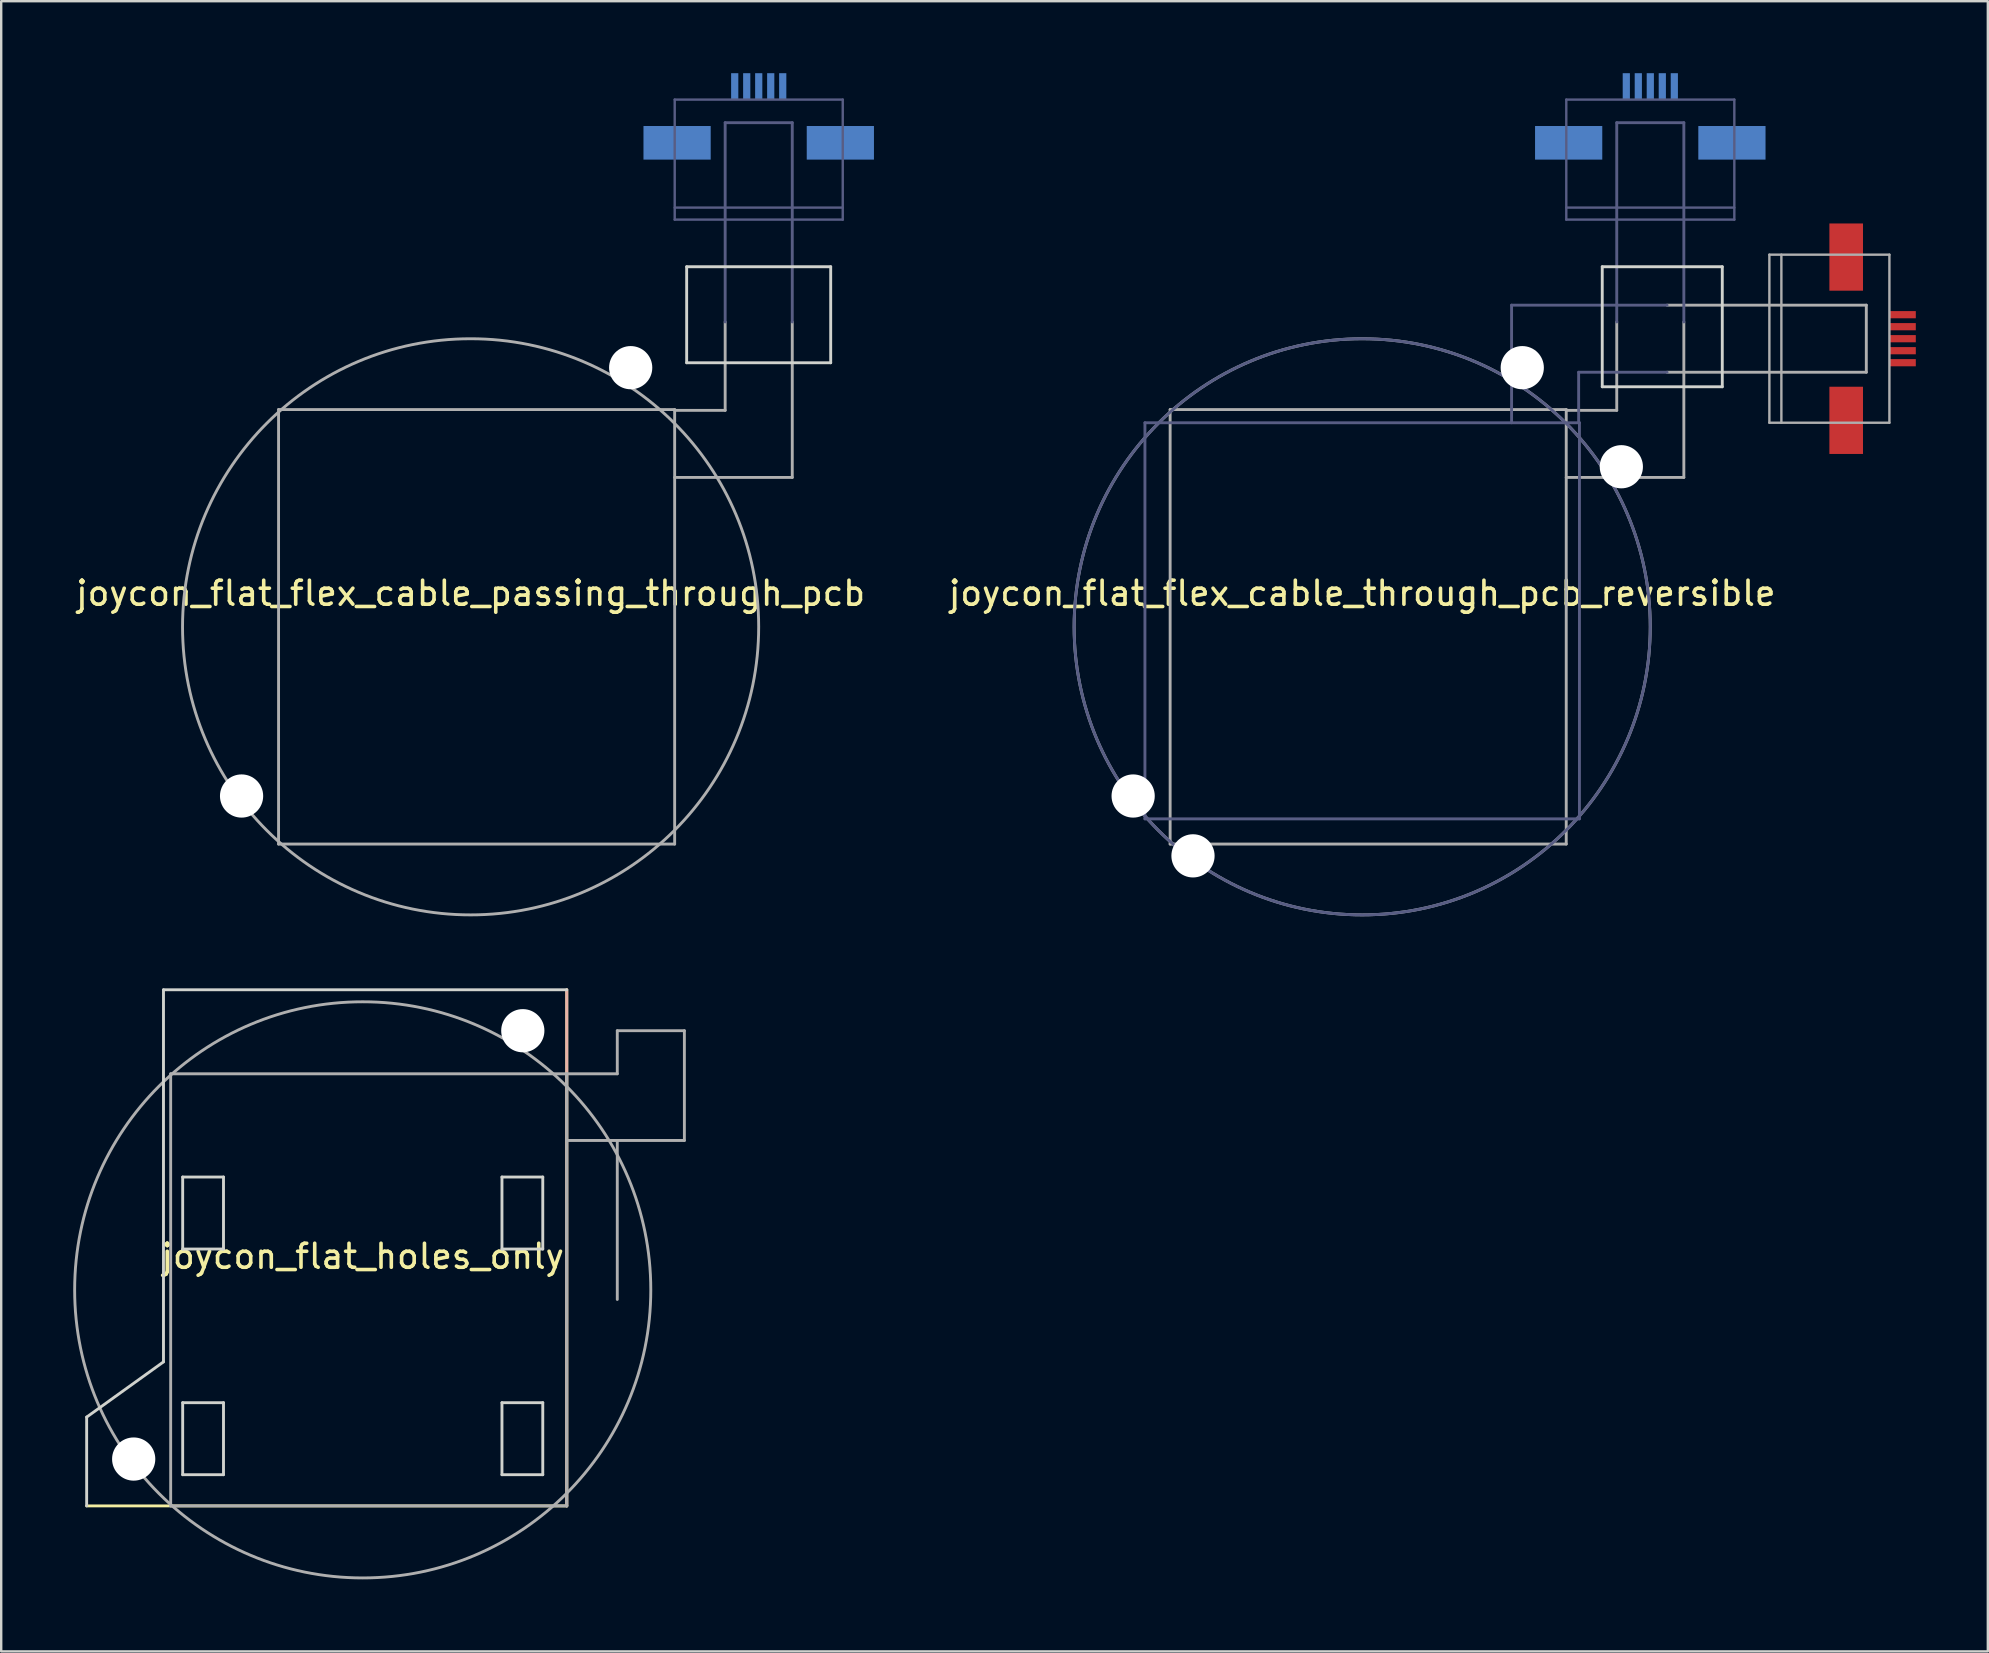
<source format=kicad_pcb>
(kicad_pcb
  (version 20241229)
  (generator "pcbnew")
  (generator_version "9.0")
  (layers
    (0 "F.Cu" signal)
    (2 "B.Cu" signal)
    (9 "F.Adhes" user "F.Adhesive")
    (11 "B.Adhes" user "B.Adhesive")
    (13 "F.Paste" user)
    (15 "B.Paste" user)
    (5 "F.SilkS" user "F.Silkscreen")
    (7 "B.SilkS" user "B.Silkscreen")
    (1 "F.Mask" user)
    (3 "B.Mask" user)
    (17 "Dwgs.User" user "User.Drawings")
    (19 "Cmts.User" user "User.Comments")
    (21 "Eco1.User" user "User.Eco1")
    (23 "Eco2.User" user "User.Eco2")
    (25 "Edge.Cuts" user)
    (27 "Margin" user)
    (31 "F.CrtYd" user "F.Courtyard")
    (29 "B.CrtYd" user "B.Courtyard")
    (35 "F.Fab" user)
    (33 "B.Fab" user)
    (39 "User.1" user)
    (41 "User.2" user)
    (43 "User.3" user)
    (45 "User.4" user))
  (footprint "joycon_flat_holes_only"
    (layer "F.Cu")
    (at 12.06 50.681)
    (property "Reference" "joycon_flat_holes_only" (at 0 -1.397 0) (layer "F.SilkS") (effects (font (size 1 1) (thickness 0.15))))
    (attr through_hole)
    (fp_line (start 8.5 -12.5) (end 8.5 9) (stroke (width 0.12) (type solid)) (layer "F.SilkS"))
    (fp_line (start 8.5 9) (end -11.5 9) (stroke (width 0.12) (type solid)) (layer "F.SilkS"))
    (fp_line (start 8.5 -12.5) (end 8.5 9) (stroke (width 0.12) (type solid)) (layer "B.SilkS"))
    (fp_line (start -11.5 5.3) (end -11.5 9) (stroke (width 0.12) (type solid)) (layer "Edge.Cuts"))
    (fp_line (start -8.3 -12.5) (end -8.3 3) (stroke (width 0.12) (type solid)) (layer "Edge.Cuts"))
    (fp_line (start -8.3 -12.5) (end 8.5 -12.5) (stroke (width 0.12) (type solid)) (layer "Edge.Cuts"))
    (fp_line (start -8.3 3) (end -11.5 5.3) (stroke (width 0.12) (type solid)) (layer "Edge.Cuts"))
    (fp_line (start -7.5 -4.7) (end -5.8 -4.7) (stroke (width 0.12) (type solid)) (layer "Edge.Cuts"))
    (fp_line (start -7.5 -1.7) (end -7.5 -4.7) (stroke (width 0.12) (type solid)) (layer "Edge.Cuts"))
    (fp_line (start -7.5 -1.7) (end -5.8 -1.7) (stroke (width 0.12) (type solid)) (layer "Edge.Cuts"))
    (fp_line (start -7.5 4.7) (end -7.5 7.7) (stroke (width 0.12) (type solid)) (layer "Edge.Cuts"))
    (fp_line (start -7.5 4.7) (end -5.8 4.7) (stroke (width 0.12) (type solid)) (layer "Edge.Cuts"))
    (fp_line (start -7.5 7.7) (end -5.8 7.7) (stroke (width 0.12) (type solid)) (layer "Edge.Cuts"))
    (fp_line (start -5.8 -4.7) (end -5.8 -1.7) (stroke (width 0.12) (type solid)) (layer "Edge.Cuts"))
    (fp_line (start -5.8 7.7) (end -5.8 4.7) (stroke (width 0.12) (type solid)) (layer "Edge.Cuts"))
    (fp_line (start 5.8 -4.7) (end 7.5 -4.7) (stroke (width 0.12) (type solid)) (layer "Edge.Cuts"))
    (fp_line (start 5.8 -1.7) (end 5.8 -4.7) (stroke (width 0.12) (type solid)) (layer "Edge.Cuts"))
    (fp_line (start 5.8 -1.7) (end 7.5 -1.7) (stroke (width 0.12) (type solid)) (layer "Edge.Cuts"))
    (fp_line (start 5.8 4.7) (end 7.5 4.7) (stroke (width 0.12) (type solid)) (layer "Edge.Cuts"))
    (fp_line (start 5.8 7.7) (end 5.8 4.7) (stroke (width 0.12) (type solid)) (layer "Edge.Cuts"))
    (fp_line (start 5.8 7.7) (end 7.5 7.7) (stroke (width 0.12) (type solid)) (layer "Edge.Cuts"))
    (fp_line (start 7.5 -4.7) (end 7.5 -1.7) (stroke (width 0.12) (type solid)) (layer "Edge.Cuts"))
    (fp_line (start 7.5 4.7) (end 7.5 7.7) (stroke (width 0.12) (type solid)) (layer "Edge.Cuts"))
    (fp_line (start -8 -9) (end -8 9) (stroke (width 0.12) (type solid)) (layer "F.Fab"))
    (fp_line (start -8 -9) (end 8.5 -9) (stroke (width 0.12) (type solid)) (layer "F.Fab"))
    (fp_line (start -8 9) (end 8.5 9) (stroke (width 0.12) (type solid)) (layer "F.Fab"))
    (fp_line (start 8.5 -9) (end 8.5 9) (stroke (width 0.12) (type solid)) (layer "F.Fab"))
    (fp_line (start 8.502 1.371) (end 8.502 -3.628) (stroke (width 0.1) (type solid)) (layer "F.Fab"))
    (fp_line (start 10.604 -9) (end 8.5 -9) (stroke (width 0.12) (type solid)) (layer "F.Fab"))
    (fp_line (start 10.604 -9) (end 10.604 -10.795) (stroke (width 0.12) (type solid)) (layer "F.Fab"))
    (fp_line (start 10.604 -6.223) (end 10.604 0.4) (stroke (width 0.12) (type solid)) (layer "F.Fab"))
    (fp_line (start 13.399 -10.795) (end 10.604 -10.795) (stroke (width 0.12) (type solid)) (layer "F.Fab"))
    (fp_line (start 13.399 -10.795) (end 13.399 -6.223) (stroke (width 0.12) (type solid)) (layer "F.Fab"))
    (fp_line (start 13.399 -6.223) (end 8.5 -6.223) (stroke (width 0.12) (type solid)) (layer "F.Fab"))
    (fp_circle (center 0 0) (end 12 0) (stroke (width 0.12) (type solid)) (fill no) (layer "F.Fab"))
    (pad "" np_thru_hole circle (at -9.541 7.048) (size 1.8 1.8) (drill 1.8) (layers "*.Cu" "*.Mask"))
    (pad "" np_thru_hole circle (at 6.668 -10.795) (size 1.8 1.8) (drill 1.8) (layers "*.Cu" "*.Mask")))
  (footprint "joycon_flat_flex_cable_passing_through_pcb"
    (layer "F.Cu")
    (at 16.554 23.061)
    (property "Reference" "joycon_flat_flex_cable_passing_through_pcb" (at 0 -1.397 0) (layer "F.SilkS") (effects (font (size 1 1) (thickness 0.15))))
    (attr through_hole)
    (fp_line (start 9 -15) (end 15 -15) (stroke (width 0.12) (type solid)) (layer "Edge.Cuts"))
    (fp_line (start 9 -11) (end 9 -15) (stroke (width 0.12) (type solid)) (layer "Edge.Cuts"))
    (fp_line (start 9 -11) (end 15 -11) (stroke (width 0.12) (type solid)) (layer "Edge.Cuts"))
    (fp_line (start 15 -11) (end 15 -15) (stroke (width 0.12) (type solid)) (layer "Edge.Cuts"))
    (fp_line (start 8.502 -21.962) (end 8.502 -16.962) (stroke (width 0.1) (type solid)) (layer "B.Fab"))
    (fp_line (start 8.502 -21.962) (end 15.502 -21.962) (stroke (width 0.1) (type solid)) (layer "B.Fab"))
    (fp_line (start 8.502 -17.462) (end 15.502 -17.462) (stroke (width 0.1) (type solid)) (layer "B.Fab"))
    (fp_line (start 8.502 -16.962) (end 15.502 -16.962) (stroke (width 0.1) (type solid)) (layer "B.Fab"))
    (fp_line (start 10.604 -21) (end 10.604 -12.7) (stroke (width 0.12) (type solid)) (layer "B.Fab"))
    (fp_line (start 10.604 -21) (end 13.399 -21) (stroke (width 0.12) (type solid)) (layer "B.Fab"))
    (fp_line (start 13.399 -21) (end 13.399 -12.7) (stroke (width 0.12) (type solid)) (layer "B.Fab"))
    (fp_line (start 15.502 -21.962) (end 15.502 -16.962) (stroke (width 0.1) (type solid)) (layer "B.Fab"))
    (fp_line (start -8 -9.05) (end -8 9.05) (stroke (width 0.12) (type solid)) (layer "F.Fab"))
    (fp_line (start -8 -9.05) (end 8.5 -9.05) (stroke (width 0.12) (type solid)) (layer "F.Fab"))
    (fp_line (start -8 9.05) (end 8.5 9.05) (stroke (width 0.12) (type solid)) (layer "F.Fab"))
    (fp_line (start 8.5 -9.05) (end 8.5 9.05) (stroke (width 0.12) (type solid)) (layer "F.Fab"))
    (fp_line (start 10.604 -12.7) (end 10.604 -9.017) (stroke (width 0.12) (type solid)) (layer "F.Fab"))
    (fp_line (start 10.604 -9.017) (end 8.5 -9.017) (stroke (width 0.12) (type solid)) (layer "F.Fab"))
    (fp_line (start 13.399 -12.7) (end 13.399 -6.223) (stroke (width 0.12) (type solid)) (layer "F.Fab"))
    (fp_line (start 13.399 -6.223) (end 8.5 -6.223) (stroke (width 0.12) (type solid)) (layer "F.Fab"))
    (fp_circle (center 0 0) (end 12 0) (stroke (width 0.12) (type solid)) (fill no) (layer "F.Fab"))
    (pad "" np_thru_hole circle (at -9.541 7.048) (size 1.8 1.8) (drill 1.8) (layers "*.Cu" "*.Mask"))
    (pad "" np_thru_hole circle (at 6.668 -10.795) (size 1.8 1.8) (drill 1.8) (layers "*.Cu" "*.Mask"))
    (pad "GND" smd rect (at 11.502 -22.512) (size 0.3 1.1) (layers "B.Cu" "B.Mask" "B.Paste"))
    (pad "Left_Right" smd rect (at 11.002 -22.512) (size 0.3 1.1) (layers "B.Cu" "B.Mask" "B.Paste"))
    (pad "NC" smd rect (at 8.601 -20.162) (size 2.8 1.4) (layers "B.Cu" "B.Mask" "B.Paste"))
    (pad "NC" smd rect (at 15.402 -20.162) (size 2.8 1.4) (layers "B.Cu" "B.Mask" "B.Paste"))
    (pad "Push_button" smd rect (at 12.002 -22.512) (size 0.3 1.1) (layers "B.Cu" "B.Mask" "B.Paste"))
    (pad "Up_Down" smd rect (at 12.502 -22.512) (size 0.3 1.1) (layers "B.Cu" "B.Mask" "B.Paste"))
    (pad "VCC" smd rect (at 13.002 -22.512) (size 0.3 1.1) (layers "B.Cu" "B.Mask" "B.Paste")))
  (footprint "joycon_flat_flex_cable_through_pcb_reversible"
    (layer "F.Cu")
    (at 53.694 23.061)
    (property "Reference" "joycon_flat_flex_cable_through_pcb_reversible" (at 0 -1.397 0) (layer "F.SilkS") (effects (font (size 1 1) (thickness 0.15))))
    (attr through_hole)
    (fp_line (start 10 -15) (end 15 -15) (stroke (width 0.12) (type solid)) (layer "Edge.Cuts"))
    (fp_line (start 10 -10) (end 10 -15) (stroke (width 0.12) (type solid)) (layer "Edge.Cuts"))
    (fp_line (start 10 -10) (end 15 -10) (stroke (width 0.12) (type solid)) (layer "Edge.Cuts"))
    (fp_line (start 15 -10) (end 15 -15) (stroke (width 0.12) (type solid)) (layer "Edge.Cuts"))
    (fp_line (start -9.05 8) (end -9.05 -8.5) (stroke (width 0.12) (type solid)) (layer "B.Fab"))
    (fp_line (start 6.223 -13.399) (end 6.223 -8.5) (stroke (width 0.12) (type solid)) (layer "B.Fab"))
    (fp_line (start 8.502 -21.962) (end 8.502 -16.962) (stroke (width 0.1) (type solid)) (layer "B.Fab"))
    (fp_line (start 8.502 -21.962) (end 15.502 -21.962) (stroke (width 0.1) (type solid)) (layer "B.Fab"))
    (fp_line (start 8.502 -17.462) (end 15.502 -17.462) (stroke (width 0.1) (type solid)) (layer "B.Fab"))
    (fp_line (start 8.502 -16.962) (end 15.502 -16.962) (stroke (width 0.1) (type solid)) (layer "B.Fab"))
    (fp_line (start 9.017 -10.604) (end 9.017 -8.5) (stroke (width 0.12) (type solid)) (layer "B.Fab"))
    (fp_line (start 9.05 -8.5) (end -9.05 -8.5) (stroke (width 0.12) (type solid)) (layer "B.Fab"))
    (fp_line (start 9.05 8) (end -9.05 8) (stroke (width 0.12) (type solid)) (layer "B.Fab"))
    (fp_line (start 9.05 8) (end 9.05 -8.5) (stroke (width 0.12) (type solid)) (layer "B.Fab"))
    (fp_line (start 10.604 -21) (end 10.604 -12.7) (stroke (width 0.12) (type solid)) (layer "B.Fab"))
    (fp_line (start 10.604 -21) (end 13.399 -21) (stroke (width 0.12) (type solid)) (layer "B.Fab"))
    (fp_line (start 12.7 -13.399) (end 6.223 -13.399) (stroke (width 0.12) (type solid)) (layer "B.Fab"))
    (fp_line (start 12.7 -10.604) (end 9.017 -10.604) (stroke (width 0.12) (type solid)) (layer "B.Fab"))
    (fp_line (start 13.399 -21) (end 13.399 -12.7) (stroke (width 0.12) (type solid)) (layer "B.Fab"))
    (fp_line (start 15.502 -21.962) (end 15.502 -16.962) (stroke (width 0.1) (type solid)) (layer "B.Fab"))
    (fp_circle (center 0 0) (end 0 -12) (stroke (width 0.12) (type solid)) (fill no) (layer "B.Fab"))
    (fp_line (start -8 -9.05) (end -8 9.05) (stroke (width 0.12) (type solid)) (layer "F.Fab"))
    (fp_line (start -8 -9.05) (end 8.5 -9.05) (stroke (width 0.12) (type solid)) (layer "F.Fab"))
    (fp_line (start -8 9.05) (end 8.5 9.05) (stroke (width 0.12) (type solid)) (layer "F.Fab"))
    (fp_line (start 8.5 -9.05) (end 8.5 9.05) (stroke (width 0.12) (type solid)) (layer "F.Fab"))
    (fp_line (start 10.604 -12.7) (end 10.604 -9.017) (stroke (width 0.12) (type solid)) (layer "F.Fab"))
    (fp_line (start 10.604 -9.017) (end 8.5 -9.017) (stroke (width 0.12) (type solid)) (layer "F.Fab"))
    (fp_line (start 13.399 -12.7) (end 13.399 -6.223) (stroke (width 0.12) (type solid)) (layer "F.Fab"))
    (fp_line (start 13.399 -6.223) (end 8.5 -6.223) (stroke (width 0.12) (type solid)) (layer "F.Fab"))
    (fp_line (start 16.962 -8.502) (end 16.962 -15.502) (stroke (width 0.1) (type solid)) (layer "F.Fab"))
    (fp_line (start 17.462 -8.502) (end 17.462 -15.502) (stroke (width 0.1) (type solid)) (layer "F.Fab"))
    (fp_line (start 21 -13.399) (end 12.7 -13.399) (stroke (width 0.12) (type solid)) (layer "F.Fab"))
    (fp_line (start 21 -10.604) (end 12.7 -10.604) (stroke (width 0.12) (type solid)) (layer "F.Fab"))
    (fp_line (start 21 -10.604) (end 21 -13.399) (stroke (width 0.12) (type solid)) (layer "F.Fab"))
    (fp_line (start 21.962 -15.502) (end 16.962 -15.502) (stroke (width 0.1) (type solid)) (layer "F.Fab"))
    (fp_line (start 21.962 -8.502) (end 16.962 -8.502) (stroke (width 0.1) (type solid)) (layer "F.Fab"))
    (fp_line (start 21.962 -8.502) (end 21.962 -15.502) (stroke (width 0.1) (type solid)) (layer "F.Fab"))
    (fp_circle (center 0 0) (end 12 0) (stroke (width 0.12) (type solid)) (fill no) (layer "F.Fab"))
    (pad "" np_thru_hole circle (at -9.541 7.048) (size 1.8 1.8) (drill 1.8) (layers "*.Cu" "*.Mask"))
    (pad "" np_thru_hole circle (at -7.048 9.541 90) (size 1.8 1.8) (drill 1.8) (layers "*.Cu" "*.Mask"))
    (pad "" np_thru_hole circle (at 6.668 -10.795) (size 1.8 1.8) (drill 1.8) (layers "*.Cu" "*.Mask"))
    (pad "" np_thru_hole circle (at 10.795 -6.668 90) (size 1.8 1.8) (drill 1.8) (layers "*.Cu" "*.Mask"))
    (pad "GND" smd rect (at 11.502 -22.512) (size 0.3 1.1) (layers "B.Cu" "B.Mask" "B.Paste"))
    (pad "GND" smd rect (at 22.512 -11.502 90) (size 0.3 1.1) (layers "F.Cu" "F.Mask" "F.Paste"))
    (pad "Left_Right" smd rect (at 11.002 -22.512) (size 0.3 1.1) (layers "B.Cu" "B.Mask" "B.Paste"))
    (pad "Left_Right" smd rect (at 22.512 -11.002 90) (size 0.3 1.1) (layers "F.Cu" "F.Mask" "F.Paste"))
    (pad "NC" smd rect (at 8.601 -20.162) (size 2.8 1.4) (layers "B.Cu" "B.Mask" "B.Paste"))
    (pad "NC" smd rect (at 15.402 -20.162) (size 2.8 1.4) (layers "B.Cu" "B.Mask" "B.Paste"))
    (pad "NC" smd rect (at 20.162 -15.402 90) (size 2.8 1.4) (layers "F.Cu" "F.Mask" "F.Paste"))
    (pad "NC" smd rect (at 20.162 -8.601 90) (size 2.8 1.4) (layers "F.Cu" "F.Mask" "F.Paste"))
    (pad "Push_button" smd rect (at 12.002 -22.512) (size 0.3 1.1) (layers "B.Cu" "B.Mask" "B.Paste"))
    (pad "Push_button" smd rect (at 22.512 -12.002 90) (size 0.3 1.1) (layers "F.Cu" "F.Mask" "F.Paste"))
    (pad "Up_Down" smd rect (at 12.502 -22.512) (size 0.3 1.1) (layers "B.Cu" "B.Mask" "B.Paste"))
    (pad "Up_Down" smd rect (at 22.512 -12.502 90) (size 0.3 1.1) (layers "F.Cu" "F.Mask" "F.Paste"))
    (pad "VCC" smd rect (at 13.002 -22.512) (size 0.3 1.1) (layers "B.Cu" "B.Mask" "B.Paste"))
    (pad "VCC" smd rect (at 22.512 -13.002 90) (size 0.3 1.1) (layers "F.Cu" "F.Mask" "F.Paste")))
  (gr_rect
    (start -3 -3)
    (end 79.756 65.742)
    (stroke (width 0.1) (type default))
    (fill no)
    (layer "Edge.Cuts")))
</source>
